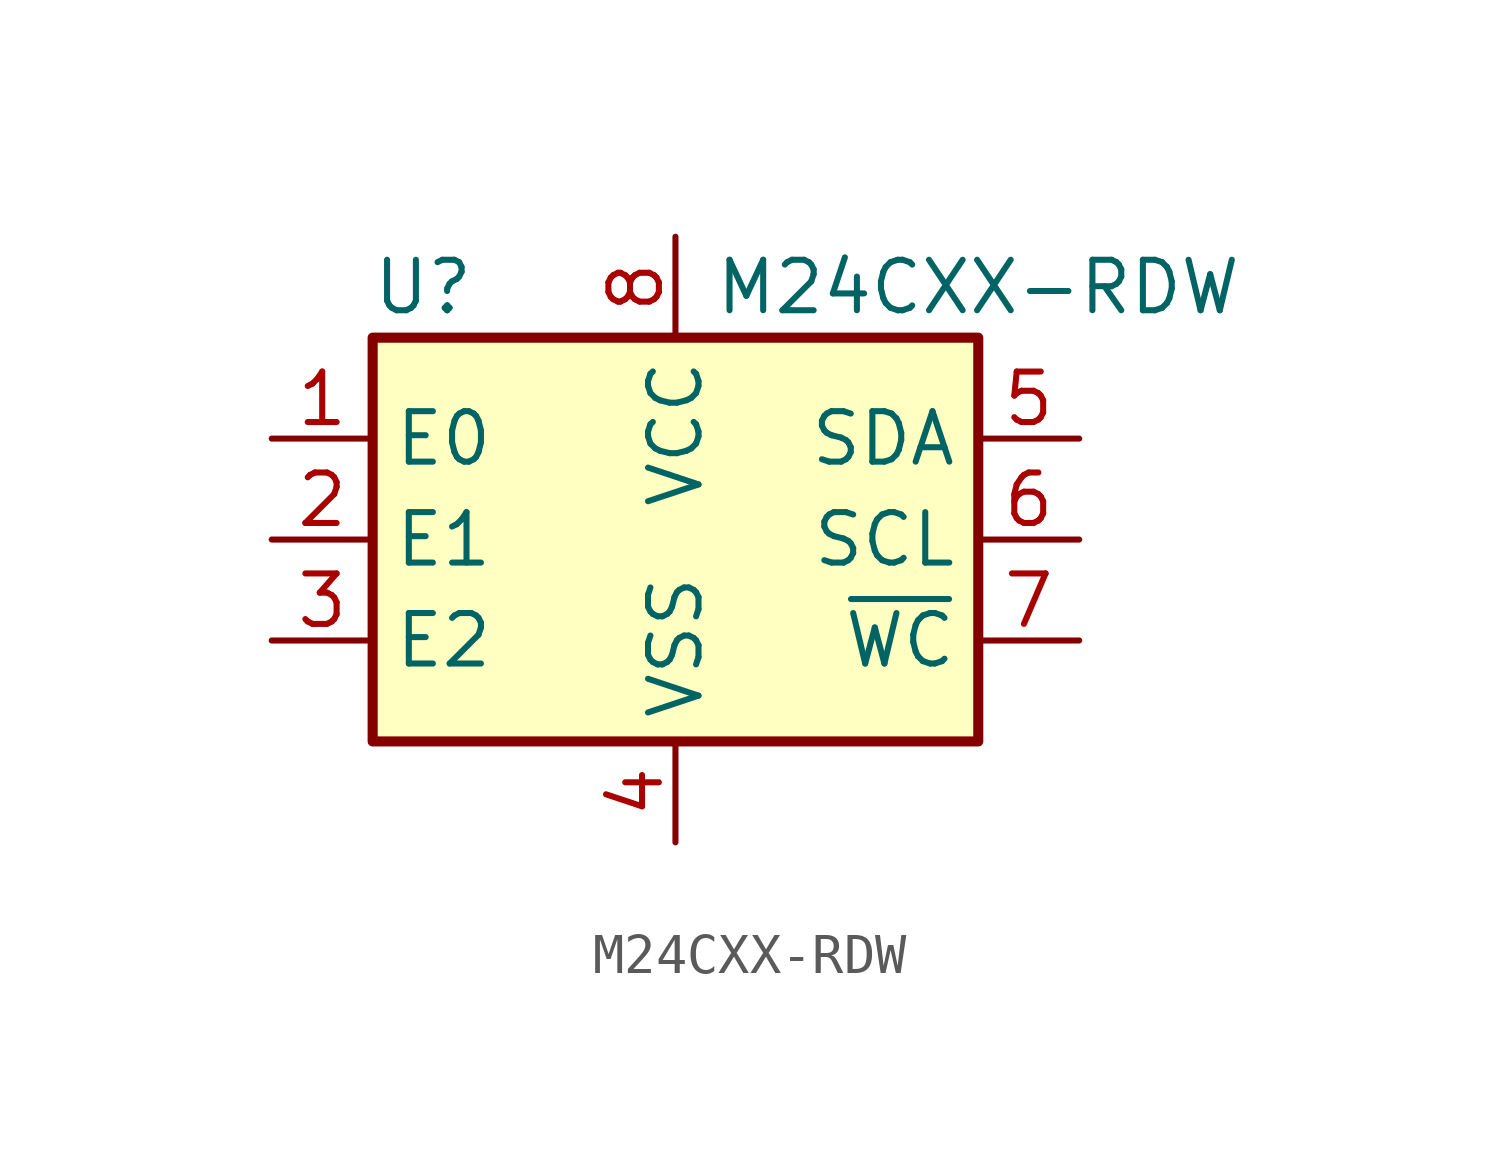
<source format=kicad_sym>
(kicad_symbol_lib
  (version 20231120)
  (generator "kicad_symbol_editor")
  (generator_version "8.0")
  (symbol "M24CXX-RDW"
    (property "Reference" "U"
      (at -6.35 6.35 0)
      (effects (font (size 1.27 1.27))))
    (property "Value" "M24CXX-RDW"
      (at 7.62 6.35 0)
      (effects (font (size 1.27 1.27))))
    (symbol "M24CXX-RDW_0_1"
      (rectangle (start -7.62 5.08) (end 7.62 -5.08) (stroke (width 0.254) (type default)) (fill (type background))))
    (symbol "M24CXX-RDW_1_1"
      (pin input line (at -10.16 2.54 0) (length 2.54) (name "E0" (effects (font (size 1.27 1.27)))) (number "1" (effects (font (size 1.27 1.27)))))
      (pin input line (at -10.16 0 0) (length 2.54) (name "E1" (effects (font (size 1.27 1.27)))) (number "2" (effects (font (size 1.27 1.27)))))
      (pin input line (at -10.16 -2.54 0) (length 2.54) (name "E2" (effects (font (size 1.27 1.27)))) (number "3" (effects (font (size 1.27 1.27)))))
      (pin power_in line (at 0 -7.62 90) (length 2.54) (name "VSS" (effects (font (size 1.27 1.27)))) (number "4" (effects (font (size 1.27 1.27)))))
      (pin bidirectional line (at 10.16 2.54 180) (length 2.54) (name "SDA" (effects (font (size 1.27 1.27)))) (number "5" (effects (font (size 1.27 1.27)))))
      (pin input line (at 10.16 0 180) (length 2.54) (name "SCL" (effects (font (size 1.27 1.27)))) (number "6" (effects (font (size 1.27 1.27)))))
      (pin input line (at 10.16 -2.54 180) (length 2.54) (name "~{WC}" (effects (font (size 1.27 1.27)))) (number "7" (effects (font (size 1.27 1.27)))))
      (pin power_in line (at 0 7.62 270) (length 2.54) (name "VCC" (effects (font (size 1.27 1.27)))) (number "8" (effects (font (size 1.27 1.27))))))))
</source>
